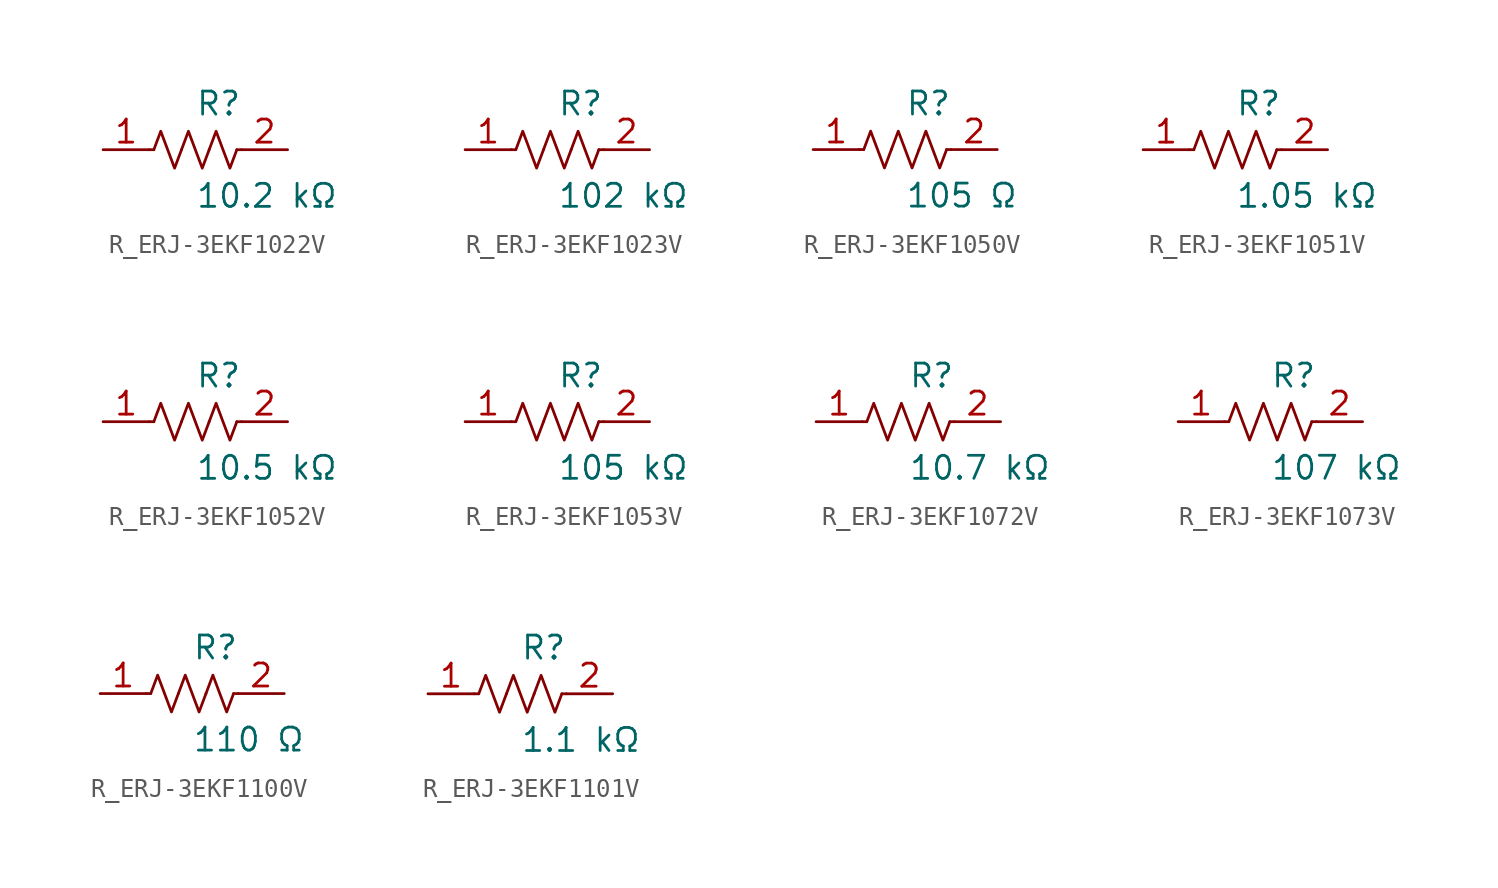
<source format=kicad_sym>
(kicad_symbol_lib
  (version 20231120)
  (generator kicad_symbol_editor)
  (generator_version 8.0)
  (symbol "R_ERJ-3EKF1022V"
    (pin_names
      (offset 0.254))
    (property "Reference" "R"
      (at 0.0 2.54 0)
      (effects (font (size 1.27 1.27)) (justify left)))
    (property "Value" "10.2 kΩ"
      (at 0.0 -2.54 0)
      (effects (font (size 1.27 1.27)) (justify left)))
    (symbol "R_ERJ-3EKF1022V_0_1"
      (polyline (pts (xy 2.286 0) (xy 2.54 0)) (stroke (width 0) (type default)) (fill (type none)))
      (polyline (pts (xy -2.286 0) (xy -2.54 0)) (stroke (width 0) (type default)) (fill (type none)))
      (polyline (pts (xy 0.762 0) (xy 1.143 1.016) (xy 1.524 0) (xy 1.905 -1.016) (xy 2.286 0)) (stroke (width 0) (type default)) (fill (type none)))
      (polyline (pts (xy -0.762 0) (xy -0.381 1.016) (xy 0 0) (xy 0.381 -1.016) (xy 0.762 0)) (stroke (width 0) (type default)) (fill (type none)))
      (polyline (pts (xy -2.286 0) (xy -1.905 1.016) (xy -1.524 0) (xy -1.143 -1.016) (xy -0.762 0)) (stroke (width 0) (type default)) (fill (type none))))
    (pin unspecified line
      (at -5.08 0 0)
      (length 2.54)
      (name "" (effects (font (size 1.27 1.27))))
      (number "1" (effects (font (size 1.27 1.27)))))
    (pin unspecified line
      (at 5.08 0 180)
      (length 2.54)
      (name "" (effects (font (size 1.27 1.27))))
      (number "2" (effects (font (size 1.27 1.27))))))
  (symbol "R_ERJ-3EKF1023V"
    (pin_names
      (offset 0.254))
    (property "Reference" "R"
      (at 0.0 2.54 0)
      (effects (font (size 1.27 1.27)) (justify left)))
    (property "Value" "102 kΩ"
      (at 0.0 -2.54 0)
      (effects (font (size 1.27 1.27)) (justify left)))
    (symbol "R_ERJ-3EKF1023V_0_1"
      (polyline (pts (xy 2.286 0) (xy 2.54 0)) (stroke (width 0) (type default)) (fill (type none)))
      (polyline (pts (xy -2.286 0) (xy -2.54 0)) (stroke (width 0) (type default)) (fill (type none)))
      (polyline (pts (xy 0.762 0) (xy 1.143 1.016) (xy 1.524 0) (xy 1.905 -1.016) (xy 2.286 0)) (stroke (width 0) (type default)) (fill (type none)))
      (polyline (pts (xy -0.762 0) (xy -0.381 1.016) (xy 0 0) (xy 0.381 -1.016) (xy 0.762 0)) (stroke (width 0) (type default)) (fill (type none)))
      (polyline (pts (xy -2.286 0) (xy -1.905 1.016) (xy -1.524 0) (xy -1.143 -1.016) (xy -0.762 0)) (stroke (width 0) (type default)) (fill (type none))))
    (pin unspecified line
      (at -5.08 0 0)
      (length 2.54)
      (name "" (effects (font (size 1.27 1.27))))
      (number "1" (effects (font (size 1.27 1.27)))))
    (pin unspecified line
      (at 5.08 0 180)
      (length 2.54)
      (name "" (effects (font (size 1.27 1.27))))
      (number "2" (effects (font (size 1.27 1.27))))))
  (symbol "R_ERJ-3EKF1050V"
    (pin_names
      (offset 0.254))
    (property "Reference" "R"
      (at 0.0 2.54 0)
      (effects (font (size 1.27 1.27)) (justify left)))
    (property "Value" "105 Ω"
      (at 0.0 -2.54 0)
      (effects (font (size 1.27 1.27)) (justify left)))
    (symbol "R_ERJ-3EKF1050V_0_1"
      (polyline (pts (xy 2.286 0) (xy 2.54 0)) (stroke (width 0) (type default)) (fill (type none)))
      (polyline (pts (xy -2.286 0) (xy -2.54 0)) (stroke (width 0) (type default)) (fill (type none)))
      (polyline (pts (xy 0.762 0) (xy 1.143 1.016) (xy 1.524 0) (xy 1.905 -1.016) (xy 2.286 0)) (stroke (width 0) (type default)) (fill (type none)))
      (polyline (pts (xy -0.762 0) (xy -0.381 1.016) (xy 0 0) (xy 0.381 -1.016) (xy 0.762 0)) (stroke (width 0) (type default)) (fill (type none)))
      (polyline (pts (xy -2.286 0) (xy -1.905 1.016) (xy -1.524 0) (xy -1.143 -1.016) (xy -0.762 0)) (stroke (width 0) (type default)) (fill (type none))))
    (pin unspecified line
      (at -5.08 0 0)
      (length 2.54)
      (name "" (effects (font (size 1.27 1.27))))
      (number "1" (effects (font (size 1.27 1.27)))))
    (pin unspecified line
      (at 5.08 0 180)
      (length 2.54)
      (name "" (effects (font (size 1.27 1.27))))
      (number "2" (effects (font (size 1.27 1.27))))))
  (symbol "R_ERJ-3EKF1051V"
    (pin_names
      (offset 0.254))
    (property "Reference" "R"
      (at 0.0 2.54 0)
      (effects (font (size 1.27 1.27)) (justify left)))
    (property "Value" "1.05 kΩ"
      (at 0.0 -2.54 0)
      (effects (font (size 1.27 1.27)) (justify left)))
    (symbol "R_ERJ-3EKF1051V_0_1"
      (polyline (pts (xy 2.286 0) (xy 2.54 0)) (stroke (width 0) (type default)) (fill (type none)))
      (polyline (pts (xy -2.286 0) (xy -2.54 0)) (stroke (width 0) (type default)) (fill (type none)))
      (polyline (pts (xy 0.762 0) (xy 1.143 1.016) (xy 1.524 0) (xy 1.905 -1.016) (xy 2.286 0)) (stroke (width 0) (type default)) (fill (type none)))
      (polyline (pts (xy -0.762 0) (xy -0.381 1.016) (xy 0 0) (xy 0.381 -1.016) (xy 0.762 0)) (stroke (width 0) (type default)) (fill (type none)))
      (polyline (pts (xy -2.286 0) (xy -1.905 1.016) (xy -1.524 0) (xy -1.143 -1.016) (xy -0.762 0)) (stroke (width 0) (type default)) (fill (type none))))
    (pin unspecified line
      (at -5.08 0 0)
      (length 2.54)
      (name "" (effects (font (size 1.27 1.27))))
      (number "1" (effects (font (size 1.27 1.27)))))
    (pin unspecified line
      (at 5.08 0 180)
      (length 2.54)
      (name "" (effects (font (size 1.27 1.27))))
      (number "2" (effects (font (size 1.27 1.27))))))
  (symbol "R_ERJ-3EKF1052V"
    (pin_names
      (offset 0.254))
    (property "Reference" "R"
      (at 0.0 2.54 0)
      (effects (font (size 1.27 1.27)) (justify left)))
    (property "Value" "10.5 kΩ"
      (at 0.0 -2.54 0)
      (effects (font (size 1.27 1.27)) (justify left)))
    (symbol "R_ERJ-3EKF1052V_0_1"
      (polyline (pts (xy 2.286 0) (xy 2.54 0)) (stroke (width 0) (type default)) (fill (type none)))
      (polyline (pts (xy -2.286 0) (xy -2.54 0)) (stroke (width 0) (type default)) (fill (type none)))
      (polyline (pts (xy 0.762 0) (xy 1.143 1.016) (xy 1.524 0) (xy 1.905 -1.016) (xy 2.286 0)) (stroke (width 0) (type default)) (fill (type none)))
      (polyline (pts (xy -0.762 0) (xy -0.381 1.016) (xy 0 0) (xy 0.381 -1.016) (xy 0.762 0)) (stroke (width 0) (type default)) (fill (type none)))
      (polyline (pts (xy -2.286 0) (xy -1.905 1.016) (xy -1.524 0) (xy -1.143 -1.016) (xy -0.762 0)) (stroke (width 0) (type default)) (fill (type none))))
    (pin unspecified line
      (at -5.08 0 0)
      (length 2.54)
      (name "" (effects (font (size 1.27 1.27))))
      (number "1" (effects (font (size 1.27 1.27)))))
    (pin unspecified line
      (at 5.08 0 180)
      (length 2.54)
      (name "" (effects (font (size 1.27 1.27))))
      (number "2" (effects (font (size 1.27 1.27))))))
  (symbol "R_ERJ-3EKF1053V"
    (pin_names
      (offset 0.254))
    (property "Reference" "R"
      (at 0.0 2.54 0)
      (effects (font (size 1.27 1.27)) (justify left)))
    (property "Value" "105 kΩ"
      (at 0.0 -2.54 0)
      (effects (font (size 1.27 1.27)) (justify left)))
    (symbol "R_ERJ-3EKF1053V_0_1"
      (polyline (pts (xy 2.286 0) (xy 2.54 0)) (stroke (width 0) (type default)) (fill (type none)))
      (polyline (pts (xy -2.286 0) (xy -2.54 0)) (stroke (width 0) (type default)) (fill (type none)))
      (polyline (pts (xy 0.762 0) (xy 1.143 1.016) (xy 1.524 0) (xy 1.905 -1.016) (xy 2.286 0)) (stroke (width 0) (type default)) (fill (type none)))
      (polyline (pts (xy -0.762 0) (xy -0.381 1.016) (xy 0 0) (xy 0.381 -1.016) (xy 0.762 0)) (stroke (width 0) (type default)) (fill (type none)))
      (polyline (pts (xy -2.286 0) (xy -1.905 1.016) (xy -1.524 0) (xy -1.143 -1.016) (xy -0.762 0)) (stroke (width 0) (type default)) (fill (type none))))
    (pin unspecified line
      (at -5.08 0 0)
      (length 2.54)
      (name "" (effects (font (size 1.27 1.27))))
      (number "1" (effects (font (size 1.27 1.27)))))
    (pin unspecified line
      (at 5.08 0 180)
      (length 2.54)
      (name "" (effects (font (size 1.27 1.27))))
      (number "2" (effects (font (size 1.27 1.27))))))
  (symbol "R_ERJ-3EKF1072V"
    (pin_names
      (offset 0.254))
    (property "Reference" "R"
      (at 0.0 2.54 0)
      (effects (font (size 1.27 1.27)) (justify left)))
    (property "Value" "10.7 kΩ"
      (at 0.0 -2.54 0)
      (effects (font (size 1.27 1.27)) (justify left)))
    (symbol "R_ERJ-3EKF1072V_0_1"
      (polyline (pts (xy 2.286 0) (xy 2.54 0)) (stroke (width 0) (type default)) (fill (type none)))
      (polyline (pts (xy -2.286 0) (xy -2.54 0)) (stroke (width 0) (type default)) (fill (type none)))
      (polyline (pts (xy 0.762 0) (xy 1.143 1.016) (xy 1.524 0) (xy 1.905 -1.016) (xy 2.286 0)) (stroke (width 0) (type default)) (fill (type none)))
      (polyline (pts (xy -0.762 0) (xy -0.381 1.016) (xy 0 0) (xy 0.381 -1.016) (xy 0.762 0)) (stroke (width 0) (type default)) (fill (type none)))
      (polyline (pts (xy -2.286 0) (xy -1.905 1.016) (xy -1.524 0) (xy -1.143 -1.016) (xy -0.762 0)) (stroke (width 0) (type default)) (fill (type none))))
    (pin unspecified line
      (at -5.08 0 0)
      (length 2.54)
      (name "" (effects (font (size 1.27 1.27))))
      (number "1" (effects (font (size 1.27 1.27)))))
    (pin unspecified line
      (at 5.08 0 180)
      (length 2.54)
      (name "" (effects (font (size 1.27 1.27))))
      (number "2" (effects (font (size 1.27 1.27))))))
  (symbol "R_ERJ-3EKF1073V"
    (pin_names
      (offset 0.254))
    (property "Reference" "R"
      (at 0.0 2.54 0)
      (effects (font (size 1.27 1.27)) (justify left)))
    (property "Value" "107 kΩ"
      (at 0.0 -2.54 0)
      (effects (font (size 1.27 1.27)) (justify left)))
    (symbol "R_ERJ-3EKF1073V_0_1"
      (polyline (pts (xy 2.286 0) (xy 2.54 0)) (stroke (width 0) (type default)) (fill (type none)))
      (polyline (pts (xy -2.286 0) (xy -2.54 0)) (stroke (width 0) (type default)) (fill (type none)))
      (polyline (pts (xy 0.762 0) (xy 1.143 1.016) (xy 1.524 0) (xy 1.905 -1.016) (xy 2.286 0)) (stroke (width 0) (type default)) (fill (type none)))
      (polyline (pts (xy -0.762 0) (xy -0.381 1.016) (xy 0 0) (xy 0.381 -1.016) (xy 0.762 0)) (stroke (width 0) (type default)) (fill (type none)))
      (polyline (pts (xy -2.286 0) (xy -1.905 1.016) (xy -1.524 0) (xy -1.143 -1.016) (xy -0.762 0)) (stroke (width 0) (type default)) (fill (type none))))
    (pin unspecified line
      (at -5.08 0 0)
      (length 2.54)
      (name "" (effects (font (size 1.27 1.27))))
      (number "1" (effects (font (size 1.27 1.27)))))
    (pin unspecified line
      (at 5.08 0 180)
      (length 2.54)
      (name "" (effects (font (size 1.27 1.27))))
      (number "2" (effects (font (size 1.27 1.27))))))
  (symbol "R_ERJ-3EKF1100V"
    (pin_names
      (offset 0.254))
    (property "Reference" "R"
      (at 0.0 2.54 0)
      (effects (font (size 1.27 1.27)) (justify left)))
    (property "Value" "110 Ω"
      (at 0.0 -2.54 0)
      (effects (font (size 1.27 1.27)) (justify left)))
    (symbol "R_ERJ-3EKF1100V_0_1"
      (polyline (pts (xy 2.286 0) (xy 2.54 0)) (stroke (width 0) (type default)) (fill (type none)))
      (polyline (pts (xy -2.286 0) (xy -2.54 0)) (stroke (width 0) (type default)) (fill (type none)))
      (polyline (pts (xy 0.762 0) (xy 1.143 1.016) (xy 1.524 0) (xy 1.905 -1.016) (xy 2.286 0)) (stroke (width 0) (type default)) (fill (type none)))
      (polyline (pts (xy -0.762 0) (xy -0.381 1.016) (xy 0 0) (xy 0.381 -1.016) (xy 0.762 0)) (stroke (width 0) (type default)) (fill (type none)))
      (polyline (pts (xy -2.286 0) (xy -1.905 1.016) (xy -1.524 0) (xy -1.143 -1.016) (xy -0.762 0)) (stroke (width 0) (type default)) (fill (type none))))
    (pin unspecified line
      (at -5.08 0 0)
      (length 2.54)
      (name "" (effects (font (size 1.27 1.27))))
      (number "1" (effects (font (size 1.27 1.27)))))
    (pin unspecified line
      (at 5.08 0 180)
      (length 2.54)
      (name "" (effects (font (size 1.27 1.27))))
      (number "2" (effects (font (size 1.27 1.27))))))
  (symbol "R_ERJ-3EKF1101V"
    (pin_names
      (offset 0.254))
    (property "Reference" "R"
      (at 0.0 2.54 0)
      (effects (font (size 1.27 1.27)) (justify left)))
    (property "Value" "1.1 kΩ"
      (at 0.0 -2.54 0)
      (effects (font (size 1.27 1.27)) (justify left)))
    (symbol "R_ERJ-3EKF1101V_0_1"
      (polyline (pts (xy 2.286 0) (xy 2.54 0)) (stroke (width 0) (type default)) (fill (type none)))
      (polyline (pts (xy -2.286 0) (xy -2.54 0)) (stroke (width 0) (type default)) (fill (type none)))
      (polyline (pts (xy 0.762 0) (xy 1.143 1.016) (xy 1.524 0) (xy 1.905 -1.016) (xy 2.286 0)) (stroke (width 0) (type default)) (fill (type none)))
      (polyline (pts (xy -0.762 0) (xy -0.381 1.016) (xy 0 0) (xy 0.381 -1.016) (xy 0.762 0)) (stroke (width 0) (type default)) (fill (type none)))
      (polyline (pts (xy -2.286 0) (xy -1.905 1.016) (xy -1.524 0) (xy -1.143 -1.016) (xy -0.762 0)) (stroke (width 0) (type default)) (fill (type none))))
    (pin unspecified line
      (at -5.08 0 0)
      (length 2.54)
      (name "" (effects (font (size 1.27 1.27))))
      (number "1" (effects (font (size 1.27 1.27)))))
    (pin unspecified line
      (at 5.08 0 180)
      (length 2.54)
      (name "" (effects (font (size 1.27 1.27))))
      (number "2" (effects (font (size 1.27 1.27)))))))
</source>
